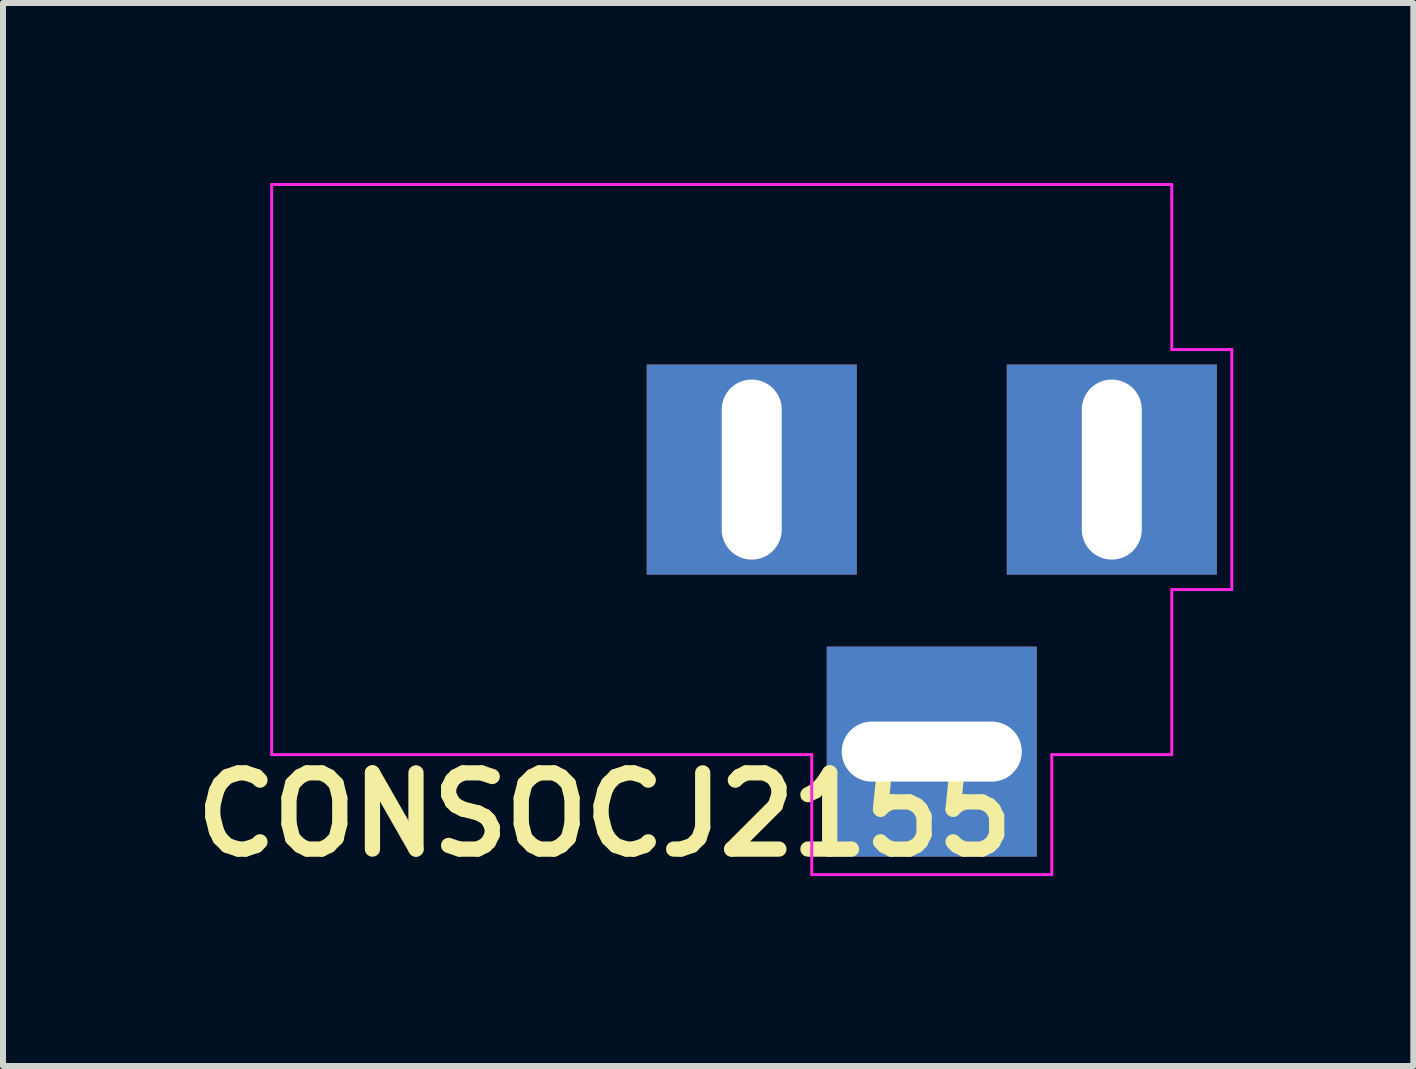
<source format=kicad_pcb>
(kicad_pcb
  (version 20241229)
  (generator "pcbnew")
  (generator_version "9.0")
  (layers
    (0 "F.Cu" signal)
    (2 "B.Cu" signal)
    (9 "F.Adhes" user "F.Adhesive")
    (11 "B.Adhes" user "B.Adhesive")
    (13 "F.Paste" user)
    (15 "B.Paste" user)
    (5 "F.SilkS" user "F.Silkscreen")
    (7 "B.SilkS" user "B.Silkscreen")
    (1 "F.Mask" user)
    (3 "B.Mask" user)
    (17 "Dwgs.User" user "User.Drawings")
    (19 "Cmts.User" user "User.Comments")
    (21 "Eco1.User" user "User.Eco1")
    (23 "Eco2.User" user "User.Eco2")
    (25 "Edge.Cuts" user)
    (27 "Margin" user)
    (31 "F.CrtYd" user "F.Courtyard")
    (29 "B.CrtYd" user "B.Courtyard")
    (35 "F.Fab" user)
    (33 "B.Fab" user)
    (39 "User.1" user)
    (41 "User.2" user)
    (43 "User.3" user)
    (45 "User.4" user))
  (footprint "CONSOCJ2155"
    (layer "F.Cu")
    (at 15.477 4.775)
    (property "Reference" "CONSOCJ2155" (at -8.45 5.75 180) (layer "F.SilkS") (effects (font (size 1.27 1.27) (thickness 0.254))))
    (attr through_hole)
    (fp_line (start -14 4.75) (end -14 -4.75) (stroke (width 0.05) (type solid)) (layer "F.CrtYd"))
    (fp_line (start -5 4.75) (end -14 4.75) (stroke (width 0.05) (type solid)) (layer "F.CrtYd"))
    (fp_line (start -5 6.75) (end -5 4.75) (stroke (width 0.05) (type solid)) (layer "F.CrtYd"))
    (fp_line (start -1 4.75) (end -1 6.75) (stroke (width 0.05) (type solid)) (layer "F.CrtYd"))
    (fp_line (start -1 6.75) (end -5 6.75) (stroke (width 0.05) (type solid)) (layer "F.CrtYd"))
    (fp_line (start 1 -4.75) (end -14 -4.75) (stroke (width 0.05) (type solid)) (layer "F.CrtYd"))
    (fp_line (start 1 -4.5) (end 1 -4.75) (stroke (width 0.05) (type solid)) (layer "F.CrtYd"))
    (fp_line (start 1 -4.5) (end 1 -2) (stroke (width 0.05) (type solid)) (layer "F.CrtYd"))
    (fp_line (start 1 -2) (end 2 -2) (stroke (width 0.05) (type solid)) (layer "F.CrtYd"))
    (fp_line (start 1 2) (end 1 4.75) (stroke (width 0.05) (type solid)) (layer "F.CrtYd"))
    (fp_line (start 1 4.75) (end -1 4.75) (stroke (width 0.05) (type solid)) (layer "F.CrtYd"))
    (fp_line (start 2 -2) (end 2 2) (stroke (width 0.05) (type solid)) (layer "F.CrtYd"))
    (fp_line (start 2 2) (end 1 2) (stroke (width 0.05) (type solid)) (layer "F.CrtYd"))
    (pad "1" thru_hole rect (at 0 0) (size 3.5 3.5) (drill oval 1 3) (layers "*.Cu" "*.Mask"))
    (pad "2" thru_hole rect (at -6 0) (size 3.5 3.5) (drill oval 1 3) (layers "*.Cu" "*.Mask"))
    (pad "3" thru_hole rect (at -3 4.7) (size 3.5 3.5) (drill oval 3 1) (layers "*.Cu" "*.Mask")))
  (gr_rect
    (start -3 -3)
    (end 20.502 14.714)
    (stroke (width 0.1) (type default))
    (fill no)
    (layer "Edge.Cuts")))
</source>
